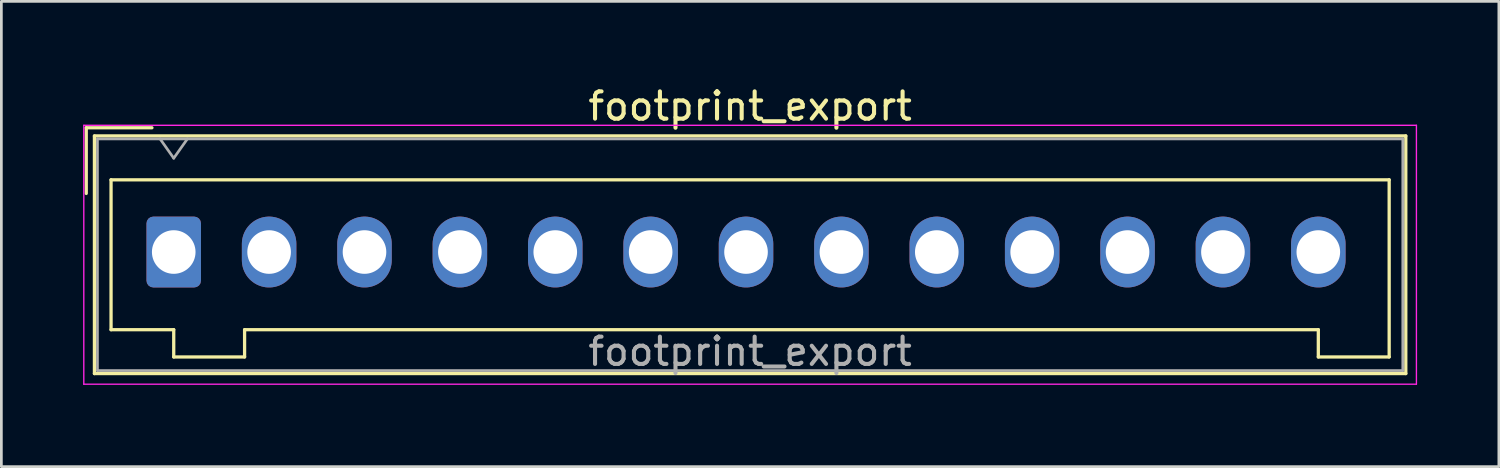
<source format=kicad_pcb>
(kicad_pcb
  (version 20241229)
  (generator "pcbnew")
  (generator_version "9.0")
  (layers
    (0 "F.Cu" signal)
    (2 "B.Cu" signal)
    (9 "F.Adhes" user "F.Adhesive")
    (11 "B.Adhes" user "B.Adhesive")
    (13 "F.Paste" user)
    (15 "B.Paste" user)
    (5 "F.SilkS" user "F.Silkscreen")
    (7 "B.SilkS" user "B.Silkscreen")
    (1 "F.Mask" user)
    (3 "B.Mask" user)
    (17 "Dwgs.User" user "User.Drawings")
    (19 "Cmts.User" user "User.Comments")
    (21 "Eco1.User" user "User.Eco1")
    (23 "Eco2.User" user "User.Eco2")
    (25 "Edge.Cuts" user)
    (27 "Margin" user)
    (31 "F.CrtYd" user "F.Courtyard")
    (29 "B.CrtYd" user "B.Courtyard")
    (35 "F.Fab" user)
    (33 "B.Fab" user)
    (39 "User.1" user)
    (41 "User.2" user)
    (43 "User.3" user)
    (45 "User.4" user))
  (footprint "footprint_export"
    (layer "F.Cu")
    (at 3.325 6.198)
    (property "Reference" "footprint_export" (at 21.15 -5.35 0) (layer "F.SilkS") (effects (font (size 1 1) (thickness 0.15))))
    (attr through_hole)
    (fp_line (start -3.21 -4.56) (end -0.8 -4.56) (stroke (width 0.12) (type solid)) (layer "F.SilkS"))
    (fp_line (start -3.21 -2.15) (end -3.21 -4.56) (stroke (width 0.12) (type solid)) (layer "F.SilkS"))
    (fp_line (start -2.91 -4.26) (end -2.91 4.46) (stroke (width 0.12) (type solid)) (layer "F.SilkS"))
    (fp_line (start -2.91 4.46) (end 45.21 4.46) (stroke (width 0.12) (type solid)) (layer "F.SilkS"))
    (fp_line (start -2.3 -2.65) (end -2.3 2.85) (stroke (width 0.12) (type solid)) (layer "F.SilkS"))
    (fp_line (start -2.3 2.85) (end 0 2.85) (stroke (width 0.12) (type solid)) (layer "F.SilkS"))
    (fp_line (start 0 2.85) (end 0 3.85) (stroke (width 0.12) (type solid)) (layer "F.SilkS"))
    (fp_line (start 0 3.85) (end 2.6 3.85) (stroke (width 0.12) (type solid)) (layer "F.SilkS"))
    (fp_line (start 2.6 2.85) (end 42 2.85) (stroke (width 0.12) (type solid)) (layer "F.SilkS"))
    (fp_line (start 2.6 3.85) (end 2.6 2.85) (stroke (width 0.12) (type solid)) (layer "F.SilkS"))
    (fp_line (start 42 2.85) (end 42 3.85) (stroke (width 0.12) (type solid)) (layer "F.SilkS"))
    (fp_line (start 42 3.85) (end 44.6 3.85) (stroke (width 0.12) (type solid)) (layer "F.SilkS"))
    (fp_line (start 44.6 -2.65) (end -2.3 -2.65) (stroke (width 0.12) (type solid)) (layer "F.SilkS"))
    (fp_line (start 44.6 3.85) (end 44.6 -2.65) (stroke (width 0.12) (type solid)) (layer "F.SilkS"))
    (fp_line (start 45.21 -4.26) (end -2.91 -4.26) (stroke (width 0.12) (type solid)) (layer "F.SilkS"))
    (fp_line (start 45.21 4.46) (end 45.21 -4.26) (stroke (width 0.12) (type solid)) (layer "F.SilkS"))
    (fp_line (start -3.3 -4.65) (end -3.3 4.85) (stroke (width 0.05) (type solid)) (layer "F.CrtYd"))
    (fp_line (start -3.3 4.85) (end 45.6 4.85) (stroke (width 0.05) (type solid)) (layer "F.CrtYd"))
    (fp_line (start 45.6 -4.65) (end -3.3 -4.65) (stroke (width 0.05) (type solid)) (layer "F.CrtYd"))
    (fp_line (start 45.6 4.85) (end 45.6 -4.65) (stroke (width 0.05) (type solid)) (layer "F.CrtYd"))
    (fp_line (start -2.8 -4.15) (end -2.8 4.35) (stroke (width 0.1) (type solid)) (layer "F.Fab"))
    (fp_line (start -2.8 4.35) (end 45.1 4.35) (stroke (width 0.1) (type solid)) (layer "F.Fab"))
    (fp_line (start -0.5 -4.15) (end 0 -3.443) (stroke (width 0.1) (type solid)) (layer "F.Fab"))
    (fp_line (start 0 -3.443) (end 0.5 -4.15) (stroke (width 0.1) (type solid)) (layer "F.Fab"))
    (fp_line (start 45.1 -4.15) (end -2.8 -4.15) (stroke (width 0.1) (type solid)) (layer "F.Fab"))
    (fp_line (start 45.1 4.35) (end 45.1 -4.15) (stroke (width 0.1) (type solid)) (layer "F.Fab"))
    (fp_text user "${REFERENCE}" (at 21.15 3.65 0) (layer "F.Fab") (effects (font (size 1 1) (thickness 0.15))))
    (pad "1" thru_hole roundrect (at 0 0) (size 2 2.6) (drill 1.6) (layers "*.Cu" "*.Mask") (roundrect_rratio 0.125))
    (pad "2" thru_hole oval (at 3.5 0) (size 2 2.6) (drill 1.6) (layers "*.Cu" "*.Mask"))
    (pad "3" thru_hole oval (at 7 0) (size 2 2.6) (drill 1.6) (layers "*.Cu" "*.Mask"))
    (pad "4" thru_hole oval (at 10.5 0) (size 2 2.6) (drill 1.6) (layers "*.Cu" "*.Mask"))
    (pad "5" thru_hole oval (at 14 0) (size 2 2.6) (drill 1.6) (layers "*.Cu" "*.Mask"))
    (pad "6" thru_hole oval (at 17.5 0) (size 2 2.6) (drill 1.6) (layers "*.Cu" "*.Mask"))
    (pad "7" thru_hole oval (at 21 0) (size 2 2.6) (drill 1.6) (layers "*.Cu" "*.Mask"))
    (pad "8" thru_hole oval (at 24.5 0) (size 2 2.6) (drill 1.6) (layers "*.Cu" "*.Mask"))
    (pad "9" thru_hole oval (at 28 0) (size 2 2.6) (drill 1.6) (layers "*.Cu" "*.Mask"))
    (pad "10" thru_hole oval (at 31.5 0) (size 2 2.6) (drill 1.6) (layers "*.Cu" "*.Mask"))
    (pad "11" thru_hole oval (at 35 0) (size 2 2.6) (drill 1.6) (layers "*.Cu" "*.Mask"))
    (pad "12" thru_hole oval (at 38.5 0) (size 2 2.6) (drill 1.6) (layers "*.Cu" "*.Mask"))
    (pad "13" thru_hole oval (at 42 0) (size 2 2.6) (drill 1.6) (layers "*.Cu" "*.Mask")))
  (gr_rect
    (start -3 -3)
    (end 51.95 14.073)
    (stroke (width 0.1) (type default))
    (fill no)
    (layer "Edge.Cuts")))
</source>
